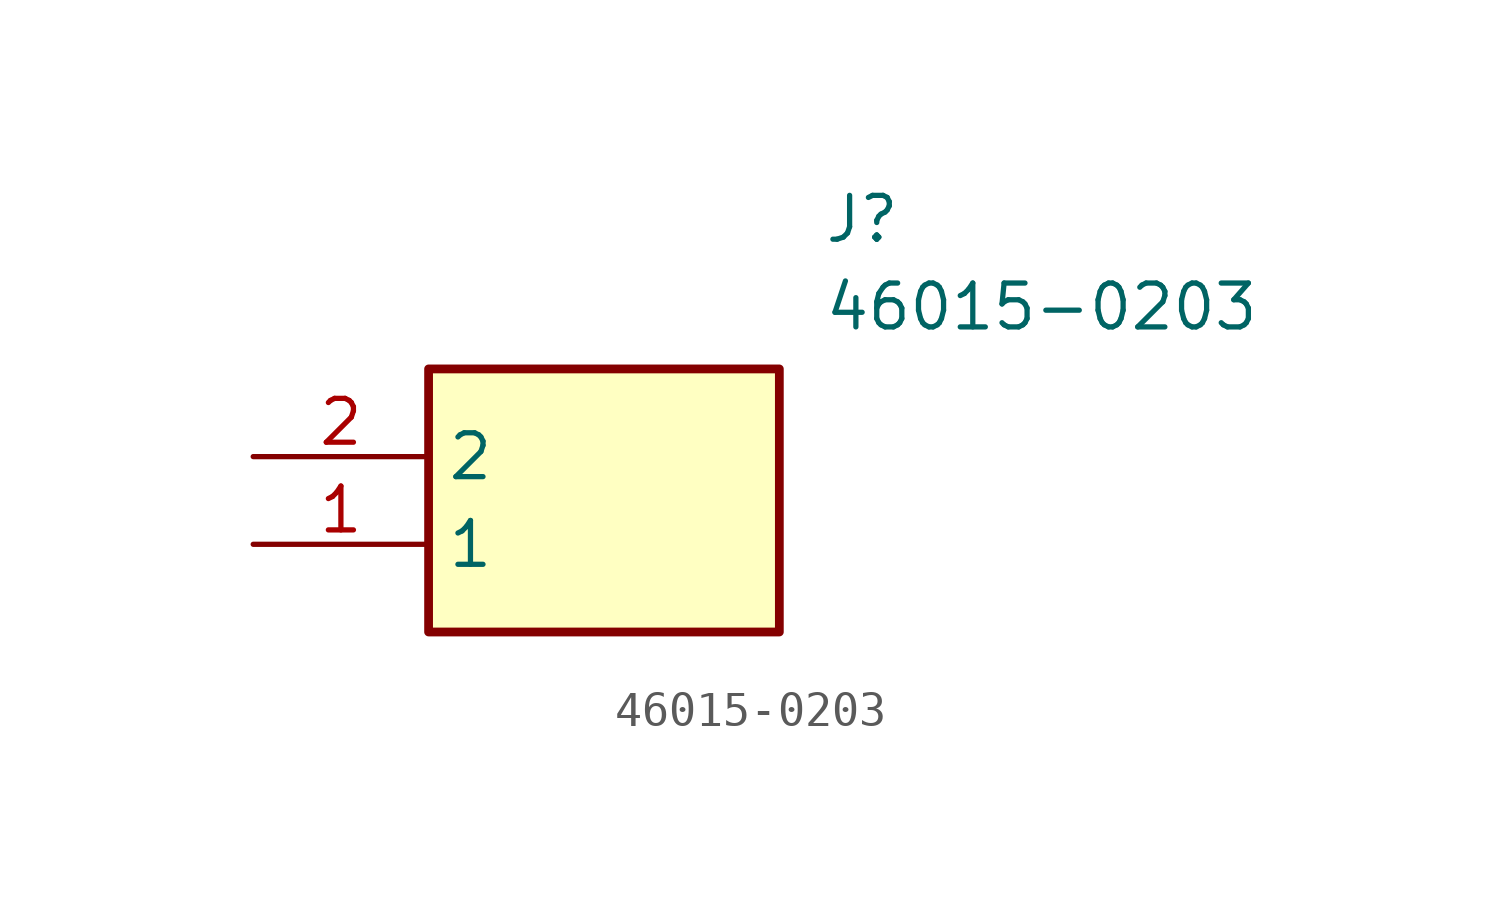
<source format=kicad_sym>
(kicad_symbol_lib
  (version 20211014)
  (generator SamacSys_ECAD_Model)
  (symbol "46015-0203"
    (property "Reference" "J"
      (at 16.51 7.62 0)
      (effects (font (size 1.27 1.27)) (justify left top)))
    (property "Value" "46015-0203"
      (at 16.51 5.08 0)
      (effects (font (size 1.27 1.27)) (justify left top)))
    (rectangle
      (start 5.08 2.54)
      (end 15.24 -5.08)
      (stroke (width 0.254) (type default))
      (fill (type background)))
    (pin passive line
      (at 0 -2.54 0)
      (length 5.08)
      (name "1" (effects (font (size 1.27 1.27))))
      (number "1" (effects (font (size 1.27 1.27)))))
    (pin passive line
      (at 0 0 0)
      (length 5.08)
      (name "2" (effects (font (size 1.27 1.27))))
      (number "2" (effects (font (size 1.27 1.27)))))))
</source>
